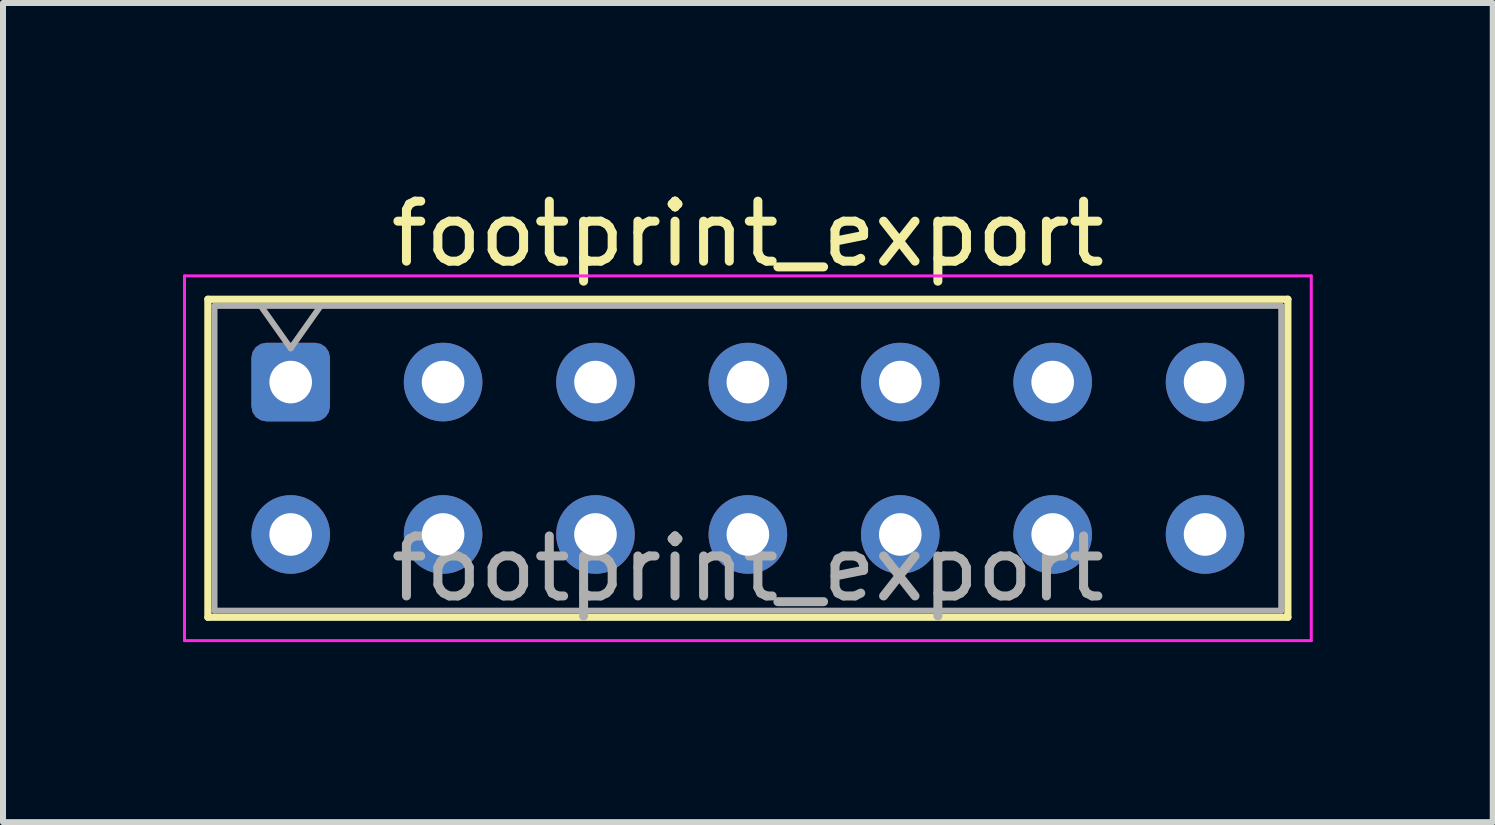
<source format=kicad_pcb>
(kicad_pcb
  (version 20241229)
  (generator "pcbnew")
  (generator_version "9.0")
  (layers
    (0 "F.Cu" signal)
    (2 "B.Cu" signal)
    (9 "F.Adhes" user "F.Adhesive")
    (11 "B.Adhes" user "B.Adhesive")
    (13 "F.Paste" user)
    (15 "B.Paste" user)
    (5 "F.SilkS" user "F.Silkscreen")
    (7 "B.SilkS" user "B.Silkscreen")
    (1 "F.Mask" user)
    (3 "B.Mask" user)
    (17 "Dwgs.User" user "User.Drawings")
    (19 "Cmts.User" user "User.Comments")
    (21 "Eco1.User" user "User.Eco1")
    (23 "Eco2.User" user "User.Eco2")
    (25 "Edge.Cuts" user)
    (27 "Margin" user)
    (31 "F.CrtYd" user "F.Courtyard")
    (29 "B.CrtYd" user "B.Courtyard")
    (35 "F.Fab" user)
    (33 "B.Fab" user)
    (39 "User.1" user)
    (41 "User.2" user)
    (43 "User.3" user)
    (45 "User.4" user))
  (footprint "footprint_export"
    (layer "F.Cu")
    (at 1.795 3.318)
    (property "Reference" "footprint_export" (at 7.62 -2.47 0) (layer "F.SilkS") (effects (font (size 1 1) (thickness 0.15))))
    (attr through_hole)
    (fp_line (start -1.38 -1.38) (end 16.62 -1.38) (stroke (width 0.12) (type solid)) (layer "F.SilkS"))
    (fp_line (start -1.38 3.92) (end -1.38 -1.38) (stroke (width 0.12) (type solid)) (layer "F.SilkS"))
    (fp_line (start 16.62 -1.38) (end 16.62 3.92) (stroke (width 0.12) (type solid)) (layer "F.SilkS"))
    (fp_line (start 16.62 3.92) (end -1.38 3.92) (stroke (width 0.12) (type solid)) (layer "F.SilkS"))
    (fp_line (start -1.77 -1.77) (end 17.01 -1.77) (stroke (width 0.05) (type solid)) (layer "F.CrtYd"))
    (fp_line (start -1.77 4.31) (end -1.77 -1.77) (stroke (width 0.05) (type solid)) (layer "F.CrtYd"))
    (fp_line (start 17.01 -1.77) (end 17.01 4.31) (stroke (width 0.05) (type solid)) (layer "F.CrtYd"))
    (fp_line (start 17.01 4.31) (end -1.77 4.31) (stroke (width 0.05) (type solid)) (layer "F.CrtYd"))
    (fp_line (start -1.27 -1.27) (end 16.51 -1.27) (stroke (width 0.1) (type solid)) (layer "F.Fab"))
    (fp_line (start -1.27 3.81) (end -1.27 -1.27) (stroke (width 0.1) (type solid)) (layer "F.Fab"))
    (fp_line (start -0.5 -1.27) (end 0 -0.563) (stroke (width 0.1) (type solid)) (layer "F.Fab"))
    (fp_line (start 0 -0.563) (end 0.5 -1.27) (stroke (width 0.1) (type solid)) (layer "F.Fab"))
    (fp_line (start 16.51 -1.27) (end 16.51 3.81) (stroke (width 0.1) (type solid)) (layer "F.Fab"))
    (fp_line (start 16.51 3.81) (end -1.27 3.81) (stroke (width 0.1) (type solid)) (layer "F.Fab"))
    (fp_text user "${REFERENCE}" (at 7.62 3.11 0) (layer "F.Fab") (effects (font (size 1 1) (thickness 0.15))))
    (pad "1" thru_hole roundrect (at 0 0) (size 1.31 1.31) (drill 0.71) (layers "*.Cu" "*.Mask") (roundrect_rratio 0.191))
    (pad "2" thru_hole circle (at 0 2.54) (size 1.31 1.31) (drill 0.71) (layers "*.Cu" "*.Mask"))
    (pad "3" thru_hole circle (at 2.54 0) (size 1.31 1.31) (drill 0.71) (layers "*.Cu" "*.Mask"))
    (pad "4" thru_hole circle (at 2.54 2.54) (size 1.31 1.31) (drill 0.71) (layers "*.Cu" "*.Mask"))
    (pad "5" thru_hole circle (at 5.08 0) (size 1.31 1.31) (drill 0.71) (layers "*.Cu" "*.Mask"))
    (pad "6" thru_hole circle (at 5.08 2.54) (size 1.31 1.31) (drill 0.71) (layers "*.Cu" "*.Mask"))
    (pad "7" thru_hole circle (at 7.62 0) (size 1.31 1.31) (drill 0.71) (layers "*.Cu" "*.Mask"))
    (pad "8" thru_hole circle (at 7.62 2.54) (size 1.31 1.31) (drill 0.71) (layers "*.Cu" "*.Mask"))
    (pad "9" thru_hole circle (at 10.16 0) (size 1.31 1.31) (drill 0.71) (layers "*.Cu" "*.Mask"))
    (pad "10" thru_hole circle (at 10.16 2.54) (size 1.31 1.31) (drill 0.71) (layers "*.Cu" "*.Mask"))
    (pad "11" thru_hole circle (at 12.7 0) (size 1.31 1.31) (drill 0.71) (layers "*.Cu" "*.Mask"))
    (pad "12" thru_hole circle (at 12.7 2.54) (size 1.31 1.31) (drill 0.71) (layers "*.Cu" "*.Mask"))
    (pad "13" thru_hole circle (at 15.24 0) (size 1.31 1.31) (drill 0.71) (layers "*.Cu" "*.Mask"))
    (pad "14" thru_hole circle (at 15.24 2.54) (size 1.31 1.31) (drill 0.71) (layers "*.Cu" "*.Mask")))
  (gr_rect
    (start -3 -3)
    (end 21.83 10.653)
    (stroke (width 0.1) (type default))
    (fill no)
    (layer "Edge.Cuts")))
</source>
